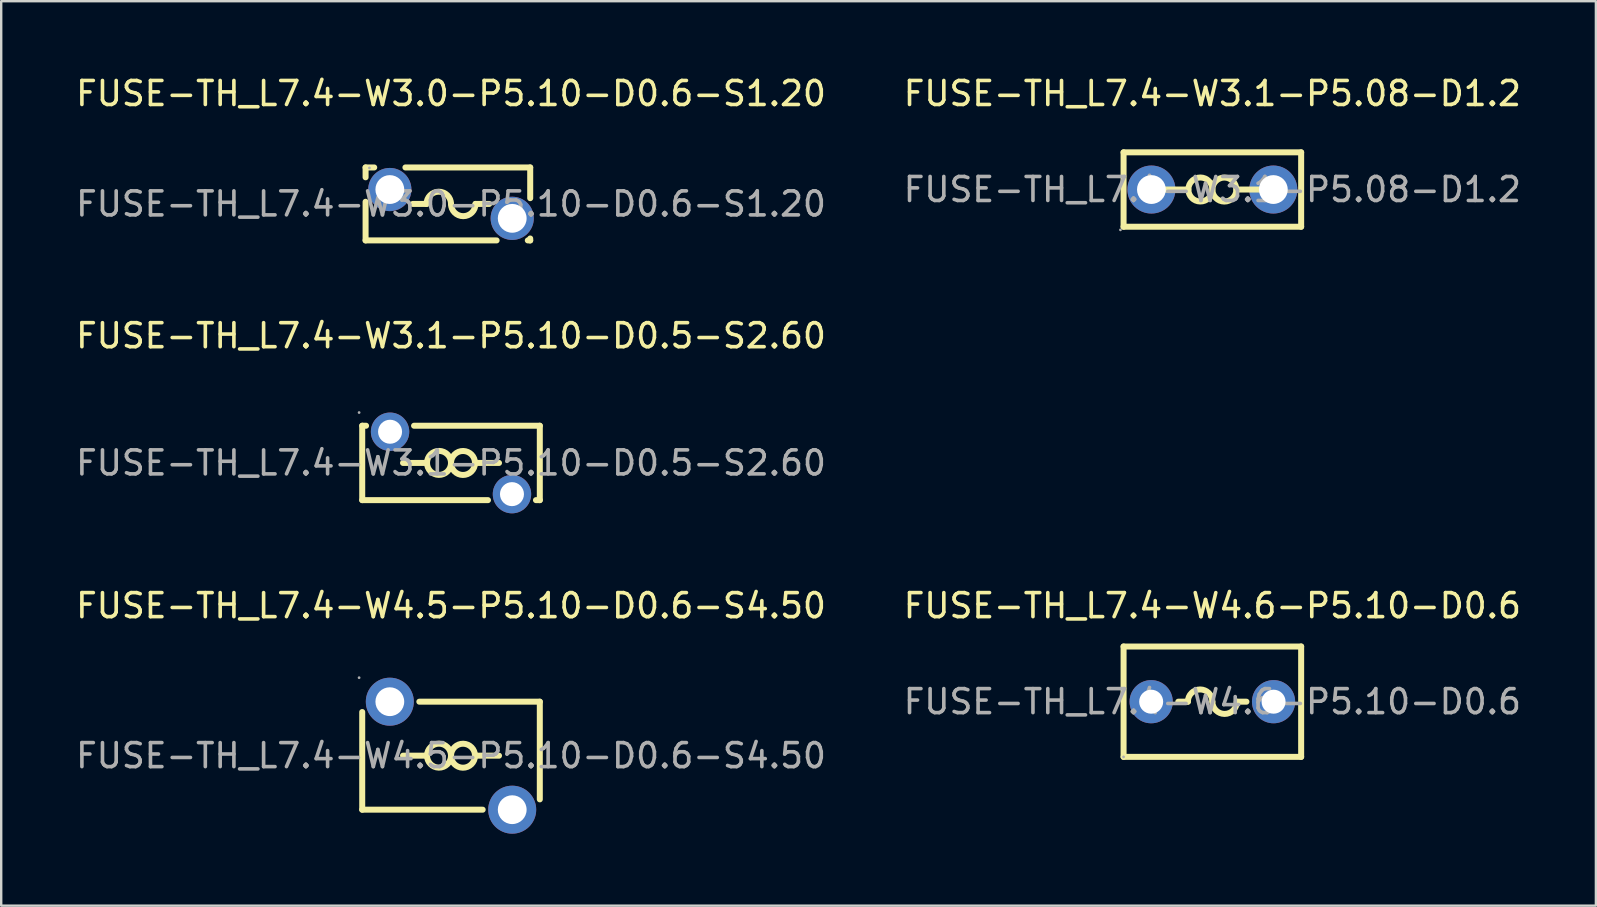
<source format=kicad_pcb>
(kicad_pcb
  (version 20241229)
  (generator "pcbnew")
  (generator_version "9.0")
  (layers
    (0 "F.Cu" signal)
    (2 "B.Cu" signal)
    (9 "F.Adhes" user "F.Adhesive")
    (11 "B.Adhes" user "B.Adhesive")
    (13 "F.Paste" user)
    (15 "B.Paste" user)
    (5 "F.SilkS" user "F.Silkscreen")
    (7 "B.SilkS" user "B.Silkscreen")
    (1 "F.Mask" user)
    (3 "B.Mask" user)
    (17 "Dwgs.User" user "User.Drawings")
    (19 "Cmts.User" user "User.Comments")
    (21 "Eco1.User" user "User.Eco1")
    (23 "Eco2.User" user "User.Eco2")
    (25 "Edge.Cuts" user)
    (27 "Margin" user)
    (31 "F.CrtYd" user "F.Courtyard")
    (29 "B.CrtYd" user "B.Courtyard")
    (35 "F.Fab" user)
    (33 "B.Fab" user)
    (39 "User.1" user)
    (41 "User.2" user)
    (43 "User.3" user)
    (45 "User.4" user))
  (footprint "FUSE-TH_L7.4-W4.6-P5.10-D0.6"
    (layer "F.Cu")
    (at 47.47 26.19)
    (property "Reference" "FUSE-TH_L7.4-W4.6-P5.10-D0.6" (at 0 -4 0) (layer "F.SilkS") (effects (font (size 1 1) (thickness 0.15))))
    (attr through_hole)
    (fp_line (start -3.7 -2.3) (end 3.7 -2.3) (stroke (width 0.25) (type solid)) (layer "F.SilkS"))
    (fp_line (start -3.7 2.3) (end -3.7 -2.3) (stroke (width 0.25) (type solid)) (layer "F.SilkS"))
    (fp_line (start -1.42 0) (end -1.02 0) (stroke (width 0.25) (type solid)) (layer "F.SilkS"))
    (fp_line (start 1.42 0) (end 1.02 0) (stroke (width 0.25) (type solid)) (layer "F.SilkS"))
    (fp_line (start 3.7 -2.3) (end 3.7 2.3) (stroke (width 0.25) (type solid)) (layer "F.SilkS"))
    (fp_line (start 3.7 2.3) (end -3.7 2.3) (stroke (width 0.25) (type solid)) (layer "F.SilkS"))
    (fp_arc (start -1.02 0) (mid -0.51 -0.51) (end 0 0) (stroke (width 0.25) (type solid)) (layer "F.SilkS"))
    (fp_arc (start 1.02 0) (mid 0.51 0.51) (end 0 0) (stroke (width 0.25) (type solid)) (layer "F.SilkS"))
    (fp_circle (center -3.7 2.3) (end -3.67 2.3) (stroke (width 0.06) (type solid)) (fill no) (layer "F.Fab"))
    (fp_circle (center -2.55 0) (end -2.4 0) (stroke (width 0.3) (type solid)) (fill no) (layer "F.Fab"))
    (fp_circle (center 2.55 0) (end 2.7 0) (stroke (width 0.3) (type solid)) (fill no) (layer "F.Fab"))
    (fp_text user "${REFERENCE}" (at 0 0 0) (layer "F.Fab") (effects (font (size 1 1) (thickness 0.15))))
    (pad "1" thru_hole circle (at -2.55 0) (size 1.8 1.8) (drill 1) (layers "*.Cu" "*.Paste" "*.Mask"))
    (pad "2" thru_hole circle (at 2.55 0) (size 1.8 1.8) (drill 1) (layers "*.Cu" "*.Paste" "*.Mask")))
  (footprint "FUSE-TH_L7.4-W4.5-P5.10-D0.6-S4.50"
    (layer "F.Cu")
    (at 15.744 28.44)
    (property "Reference" "FUSE-TH_L7.4-W4.5-P5.10-D0.6-S4.50" (at 0 -6.25 0) (layer "F.SilkS") (effects (font (size 1 1) (thickness 0.15))))
    (attr through_hole)
    (fp_line (start -3.7 2.25) (end -3.7 -1.82) (stroke (width 0.25) (type solid)) (layer "F.SilkS"))
    (fp_line (start -3.7 2.25) (end 1.32 2.25) (stroke (width 0.25) (type solid)) (layer "F.SilkS"))
    (fp_line (start -1 0) (end -2 0) (stroke (width 0.25) (type solid)) (layer "F.SilkS"))
    (fp_line (start 1 0) (end 2 0) (stroke (width 0.25) (type solid)) (layer "F.SilkS"))
    (fp_line (start 3.7 -2.25) (end -1.32 -2.25) (stroke (width 0.25) (type solid)) (layer "F.SilkS"))
    (fp_line (start 3.7 1.82) (end 3.7 -2.25) (stroke (width 0.25) (type solid)) (layer "F.SilkS"))
    (fp_arc (start -0.000076 0.008726) (mid -0.999981 -0.004363) (end 0 0) (stroke (width 0.25) (type solid)) (layer "F.SilkS"))
    (fp_arc (start 0.000076 -0.008726) (mid 0.999981 0.004363) (end 0 0) (stroke (width 0.25) (type solid)) (layer "F.SilkS"))
    (fp_circle (center -3.83 -3.25) (end -3.8 -3.25) (stroke (width 0.06) (type solid)) (fill no) (layer "F.Fab"))
    (fp_circle (center -2.55 -2.25) (end -2.3 -2.25) (stroke (width 0.5) (type solid)) (fill no) (layer "F.Fab"))
    (fp_circle (center 2.55 2.25) (end 2.8 2.25) (stroke (width 0.5) (type solid)) (fill no) (layer "F.Fab"))
    (fp_text user "${REFERENCE}" (at 0 0 0) (layer "F.Fab") (effects (font (size 1 1) (thickness 0.15))))
    (pad "1" thru_hole circle (at -2.55 -2.25) (size 2 2) (drill 1.2) (layers "*.Cu" "*.Paste" "*.Mask"))
    (pad "2" thru_hole circle (at 2.55 2.25) (size 2 2) (drill 1.2) (layers "*.Cu" "*.Paste" "*.Mask")))
  (footprint "FUSE-TH_L7.4-W3.0-P5.10-D0.6-S1.20"
    (layer "F.Cu")
    (at 15.744 5.448)
    (property "Reference" "FUSE-TH_L7.4-W3.0-P5.10-D0.6-S1.20" (at 0 -4.6 0) (layer "F.SilkS") (effects (font (size 1 1) (thickness 0.15))))
    (attr through_hole)
    (fp_line (start -3.56 -1.52) (end -3.56 -1.11) (stroke (width 0.25) (type solid)) (layer "F.SilkS"))
    (fp_line (start -3.56 -0.09) (end -3.56 1.52) (stroke (width 0.25) (type solid)) (layer "F.SilkS"))
    (fp_line (start -3.56 1.52) (end 1.9 1.52) (stroke (width 0.25) (type solid)) (layer "F.SilkS"))
    (fp_line (start -3.2 -1.52) (end -3.56 -1.52) (stroke (width 0.25) (type solid)) (layer "F.SilkS"))
    (fp_line (start -1.59 0) (end -1.02 0) (stroke (width 0.25) (type solid)) (layer "F.SilkS"))
    (fp_line (start 1.59 0) (end 1.02 0) (stroke (width 0.25) (type solid)) (layer "F.SilkS"))
    (fp_line (start 3.2 1.52) (end 3.3 1.52) (stroke (width 0.25) (type solid)) (layer "F.SilkS"))
    (fp_line (start 3.3 -1.52) (end -1.9 -1.52) (stroke (width 0.25) (type solid)) (layer "F.SilkS"))
    (fp_line (start 3.3 -0.24) (end 3.3 -1.52) (stroke (width 0.25) (type solid)) (layer "F.SilkS"))
    (fp_line (start 3.3 1.52) (end 3.3 1.44) (stroke (width 0.25) (type solid)) (layer "F.SilkS"))
    (fp_arc (start -1.02 0) (mid -0.51 -0.51) (end 0 0) (stroke (width 0.25) (type solid)) (layer "F.SilkS"))
    (fp_arc (start 1.02 0) (mid 0.51 0.51) (end 0 0) (stroke (width 0.25) (type solid)) (layer "F.SilkS"))
    (fp_circle (center -3.4 -1.5) (end -3.37 -1.5) (stroke (width 0.06) (type solid)) (fill no) (layer "F.Fab"))
    (fp_circle (center -2.55 -0.6) (end -2.4 -0.6) (stroke (width 0.3) (type solid)) (fill no) (layer "F.Fab"))
    (fp_circle (center 2.55 0.6) (end 2.7 0.6) (stroke (width 0.3) (type solid)) (fill no) (layer "F.Fab"))
    (fp_text user "${REFERENCE}" (at 0 0 0) (layer "F.Fab") (effects (font (size 1 1) (thickness 0.15))))
    (pad "1" thru_hole circle (at -2.55 -0.6) (size 1.8 1.8) (drill 1.2) (layers "*.Cu" "*.Paste" "*.Mask"))
    (pad "2" thru_hole circle (at 2.55 0.6) (size 1.8 1.8) (drill 1.2) (layers "*.Cu" "*.Paste" "*.Mask")))
  (footprint "FUSE-TH_L7.4-W3.1-P5.08-D1.2"
    (layer "F.Cu")
    (at 47.47 4.848)
    (property "Reference" "FUSE-TH_L7.4-W3.1-P5.08-D1.2" (at 0 -4 0) (layer "F.SilkS") (effects (font (size 1 1) (thickness 0.15))))
    (attr through_hole)
    (fp_line (start -3.7 -1.55) (end 3.7 -1.55) (stroke (width 0.25) (type solid)) (layer "F.SilkS"))
    (fp_line (start -3.7 1.55) (end -3.7 -1.55) (stroke (width 0.25) (type solid)) (layer "F.SilkS"))
    (fp_line (start -1 0) (end -2 0) (stroke (width 0.25) (type solid)) (layer "F.SilkS"))
    (fp_line (start 1 0) (end 2 0) (stroke (width 0.25) (type solid)) (layer "F.SilkS"))
    (fp_line (start 3.7 -1.55) (end 3.7 1.55) (stroke (width 0.25) (type solid)) (layer "F.SilkS"))
    (fp_line (start 3.7 1.55) (end -3.7 1.55) (stroke (width 0.25) (type solid)) (layer "F.SilkS"))
    (fp_arc (start -0.000076 0.008726) (mid -0.999981 -0.004363) (end 0 0) (stroke (width 0.25) (type solid)) (layer "F.SilkS"))
    (fp_arc (start 0.000076 -0.008726) (mid 0.999981 0.004363) (end 0 0) (stroke (width 0.25) (type solid)) (layer "F.SilkS"))
    (fp_circle (center -3.83 1.68) (end -3.8 1.68) (stroke (width 0.06) (type solid)) (fill no) (layer "F.Fab"))
    (fp_circle (center -2.54 0) (end -2.29 0) (stroke (width 0.5) (type solid)) (fill no) (layer "F.Fab"))
    (fp_circle (center 2.54 0) (end 2.79 0) (stroke (width 0.5) (type solid)) (fill no) (layer "F.Fab"))
    (fp_text user "${REFERENCE}" (at 0 0 0) (layer "F.Fab") (effects (font (size 1 1) (thickness 0.15))))
    (pad "1" thru_hole circle (at -2.54 0) (size 2 2) (drill 1.2) (layers "*.Cu" "*.Paste" "*.Mask"))
    (pad "2" thru_hole circle (at 2.54 0) (size 2 2) (drill 1.2) (layers "*.Cu" "*.Paste" "*.Mask")))
  (footprint "FUSE-TH_L7.4-W3.1-P5.10-D0.5-S2.60"
    (layer "F.Cu")
    (at 15.744 16.241)
    (property "Reference" "FUSE-TH_L7.4-W3.1-P5.10-D0.5-S2.60" (at 0 -5.3 0) (layer "F.SilkS") (effects (font (size 1 1) (thickness 0.15))))
    (attr through_hole)
    (fp_line (start -3.7 -1.55) (end -3.54 -1.55) (stroke (width 0.25) (type solid)) (layer "F.SilkS"))
    (fp_line (start -3.7 1.55) (end -3.7 -1.55) (stroke (width 0.25) (type solid)) (layer "F.SilkS"))
    (fp_line (start -3.7 1.55) (end 1.54 1.55) (stroke (width 0.25) (type solid)) (layer "F.SilkS"))
    (fp_line (start -1.54 -1.55) (end 3.7 -1.55) (stroke (width 0.25) (type solid)) (layer "F.SilkS"))
    (fp_line (start -1 0) (end -2 0) (stroke (width 0.25) (type solid)) (layer "F.SilkS"))
    (fp_line (start 1 0) (end 2 0) (stroke (width 0.25) (type solid)) (layer "F.SilkS"))
    (fp_line (start 3.54 1.55) (end 3.7 1.55) (stroke (width 0.25) (type solid)) (layer "F.SilkS"))
    (fp_line (start 3.7 -1.55) (end 3.7 1.55) (stroke (width 0.25) (type solid)) (layer "F.SilkS"))
    (fp_arc (start -0.000076 0.008726) (mid -0.999981 -0.004363) (end 0 0) (stroke (width 0.25) (type solid)) (layer "F.SilkS"))
    (fp_arc (start 0.000076 -0.008726) (mid 0.999981 0.004363) (end 0 0) (stroke (width 0.25) (type solid)) (layer "F.SilkS"))
    (fp_circle (center -3.83 -2.1) (end -3.8 -2.1) (stroke (width 0.06) (type solid)) (fill no) (layer "F.Fab"))
    (fp_circle (center -2.54 -1.3) (end -2.34 -1.3) (stroke (width 0.4) (type solid)) (fill no) (layer "F.Fab"))
    (fp_circle (center 2.54 1.3) (end 2.74 1.3) (stroke (width 0.4) (type solid)) (fill no) (layer "F.Fab"))
    (fp_text user "${REFERENCE}" (at 0 0 0) (layer "F.Fab") (effects (font (size 1 1) (thickness 0.15))))
    (pad "1" thru_hole circle (at -2.54 -1.3) (size 1.6 1.6) (drill 1) (layers "*.Cu" "*.Paste" "*.Mask"))
    (pad "2" thru_hole circle (at 2.54 1.3) (size 1.6 1.6) (drill 1) (layers "*.Cu" "*.Paste" "*.Mask")))
  (gr_rect
    (start -3 -3)
    (end 63.452 34.69)
    (stroke (width 0.1) (type default))
    (fill no)
    (layer "Edge.Cuts")))
</source>
